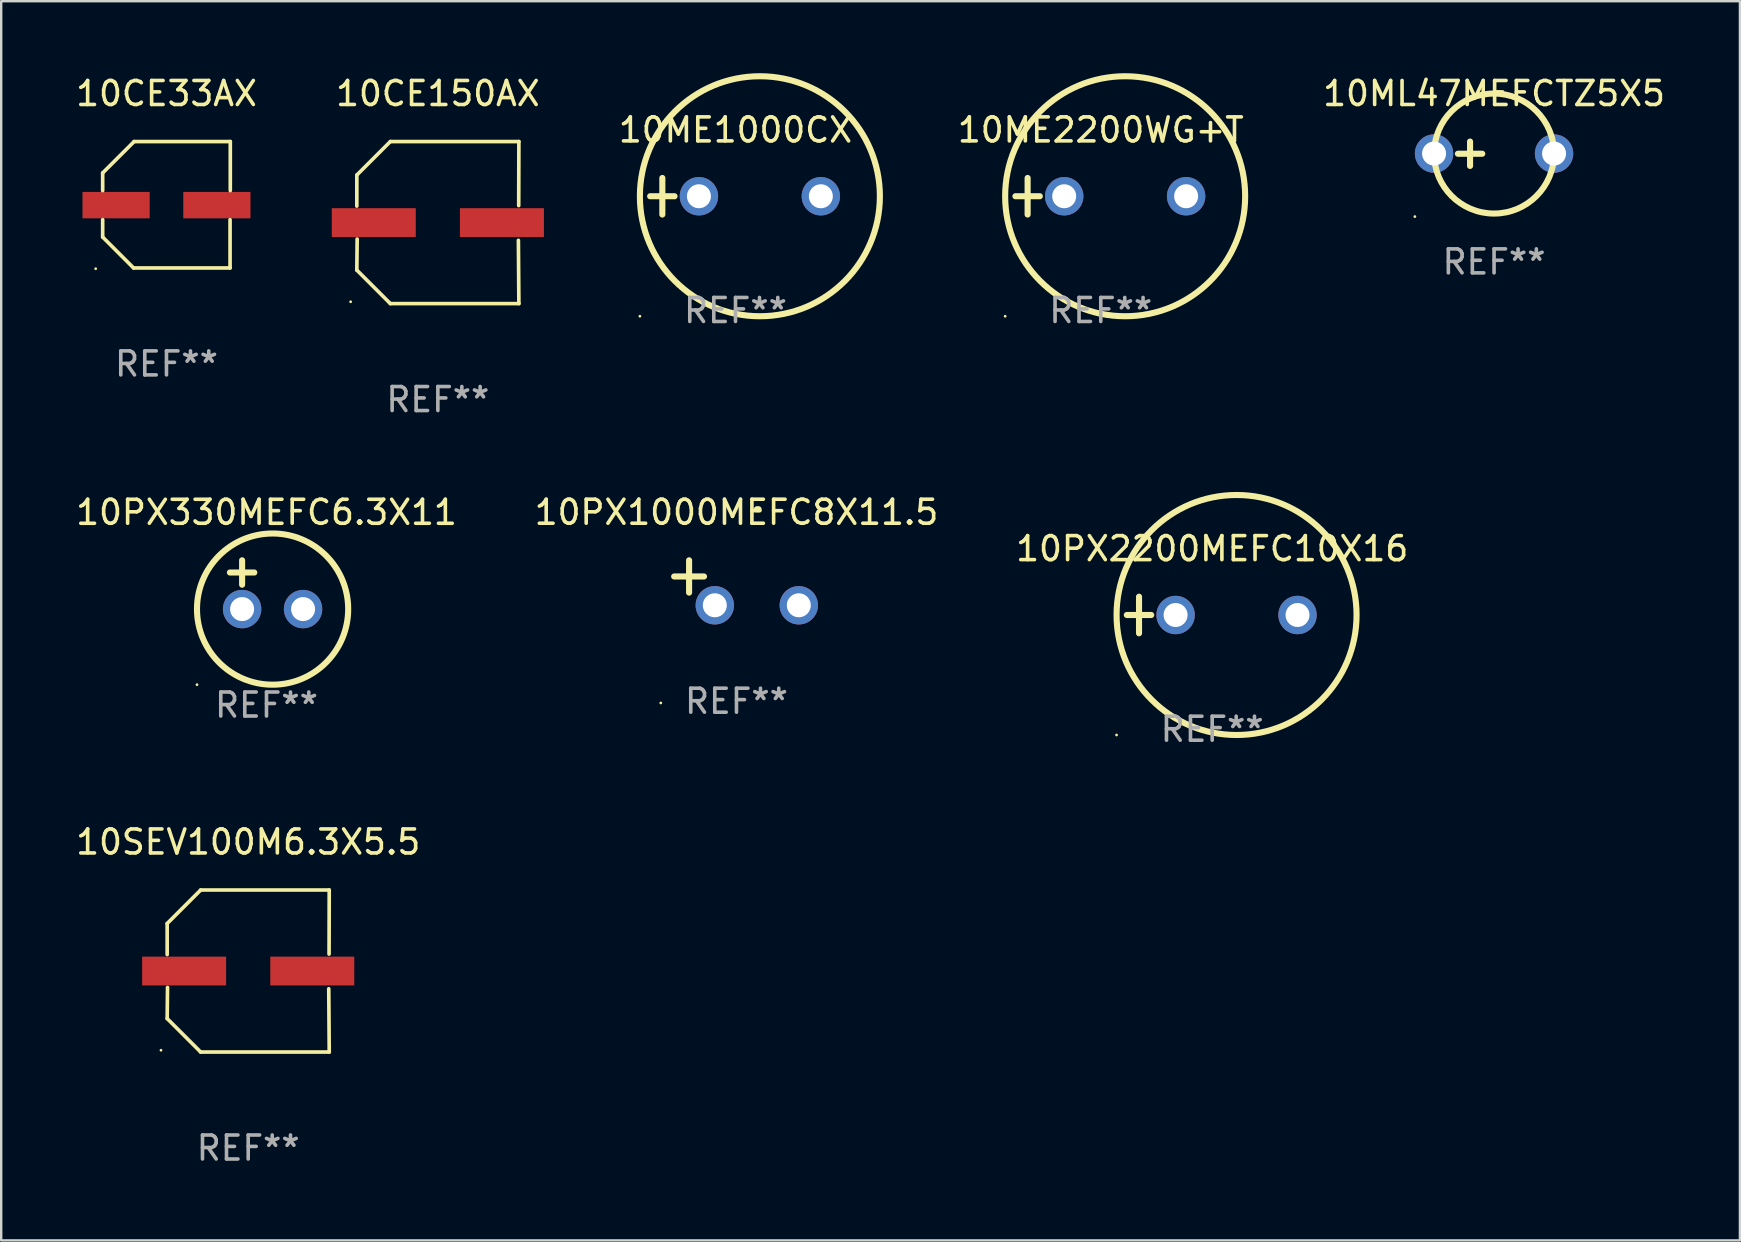
<source format=kicad_pcb>
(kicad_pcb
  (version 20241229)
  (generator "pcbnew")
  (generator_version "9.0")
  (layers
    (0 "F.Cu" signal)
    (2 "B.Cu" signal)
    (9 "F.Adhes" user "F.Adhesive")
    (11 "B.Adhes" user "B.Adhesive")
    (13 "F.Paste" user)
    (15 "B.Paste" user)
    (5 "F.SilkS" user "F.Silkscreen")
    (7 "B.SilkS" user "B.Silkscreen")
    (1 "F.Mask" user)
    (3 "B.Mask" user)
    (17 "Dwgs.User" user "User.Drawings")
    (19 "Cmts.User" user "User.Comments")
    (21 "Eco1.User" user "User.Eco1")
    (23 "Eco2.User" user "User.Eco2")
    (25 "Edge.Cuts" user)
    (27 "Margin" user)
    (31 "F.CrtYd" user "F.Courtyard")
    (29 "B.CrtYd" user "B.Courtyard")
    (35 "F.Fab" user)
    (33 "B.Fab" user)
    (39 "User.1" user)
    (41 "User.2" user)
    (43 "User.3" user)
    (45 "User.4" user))
  (footprint "10ME1000CX"
    (layer "F.Cu")
    (at 27.596 5.127)
    (property "Reference" "10ME1000CX" (at 0 -2.762 0) (layer "F.SilkS") (effects (font (size 1 1) (thickness 0.15))))
    (attr through_hole)
    (fp_line (start -3.556 0) (end -2.54 0) (stroke (width 0.254) (type solid)) (layer "F.SilkS"))
    (fp_line (start -3.048 -0.762) (end -3.048 0.762) (stroke (width 0.254) (type solid)) (layer "F.SilkS"))
    (fp_circle (center -3.984 5) (end -3.954 5) (stroke (width 0.06) (type solid)) (fill no) (layer "F.SilkS"))
    (fp_circle (center 1.016 0) (end 6.016 0) (stroke (width 0.254) (type solid)) (fill no) (layer "F.SilkS"))
    (fp_text user "REF**" (at 0 4.762 0) (layer "F.Fab") (effects (font (size 1 1) (thickness 0.15))))
    (pad "1" thru_hole circle (at -1.524 0) (size 1.6 1.6) (drill 1) (layers "*.Cu" "*.Mask"))
    (pad "2" thru_hole circle (at 3.556 0) (size 1.6 1.6) (drill 1) (layers "*.Cu" "*.Mask")))
  (footprint "10CE150AX"
    (layer "F.Cu")
    (at 15.194 6.224)
    (property "Reference" "10CE150AX" (at 0 -5.376 0) (layer "F.SilkS") (effects (font (size 1 1) (thickness 0.15))))
    (attr through_hole)
    (fp_line (start -3.376 -1.98) (end -3.376 -0.686) (stroke (width 0.152) (type solid)) (layer "F.SilkS"))
    (fp_line (start -3.376 1.981) (end -3.362 0.686) (stroke (width 0.152) (type solid)) (layer "F.SilkS"))
    (fp_line (start -1.981 3.376) (end -3.376 1.981) (stroke (width 0.152) (type solid)) (layer "F.SilkS"))
    (fp_line (start -1.98 -3.376) (end -3.376 -1.98) (stroke (width 0.152) (type solid)) (layer "F.SilkS"))
    (fp_line (start 3.356 0.74) (end 3.376 3.376) (stroke (width 0.152) (type solid)) (layer "F.SilkS"))
    (fp_line (start 3.369 -0.707) (end 3.376 -3.376) (stroke (width 0.152) (type solid)) (layer "F.SilkS"))
    (fp_line (start 3.376 3.376) (end -1.981 3.376) (stroke (width 0.152) (type solid)) (layer "F.SilkS"))
    (fp_line (start 3.376 -3.376) (end -1.98 -3.376) (stroke (width 0.152) (type solid)) (layer "F.SilkS"))
    (fp_circle (center -3.634 3.3) (end -3.604 3.3) (stroke (width 0.06) (type solid)) (fill no) (layer "F.SilkS"))
    (fp_text user "REF**" (at 0 7.376 0) (layer "F.Fab") (effects (font (size 1 1) (thickness 0.15))))
    (pad "1" smd rect (at -2.67 0.000254) (size 3.5 1.2) (layers "F.Cu" "F.Mask" "F.Paste"))
    (pad "2" smd rect (at 2.67 0.000254) (size 3.5 1.2) (layers "F.Cu" "F.Mask" "F.Paste")))
  (footprint "10PX330MEFC6.3X11"
    (layer "F.Cu")
    (at 8.054 21.313)
    (property "Reference" "10PX330MEFC6.3X11" (at 0 -3.016 0) (layer "F.SilkS") (effects (font (size 1 1) (thickness 0.15))))
    (attr through_hole)
    (fp_line (start -1.524 -0.508) (end -0.508 -0.508) (stroke (width 0.254) (type solid)) (layer "F.SilkS"))
    (fp_line (start -1.016 -1.016) (end -1.016 0) (stroke (width 0.254) (type solid)) (layer "F.SilkS"))
    (fp_circle (center -2.896 4.166) (end -2.866 4.166) (stroke (width 0.06) (type solid)) (fill no) (layer "F.SilkS"))
    (fp_circle (center 0.254 1.016) (end 3.404 1.016) (stroke (width 0.254) (type solid)) (fill no) (layer "F.SilkS"))
    (fp_text user "REF**" (at 0 5.016 0) (layer "F.Fab") (effects (font (size 1 1) (thickness 0.15))))
    (pad "1" thru_hole circle (at -1.016 1.016) (size 1.6 1.6) (drill 1) (layers "*.Cu" "*.Mask"))
    (pad "2" thru_hole circle (at 1.524 1.016) (size 1.6 1.6) (drill 1) (layers "*.Cu" "*.Mask")))
  (footprint "10ML47MEFCTZ5X5"
    (layer "F.Cu")
    (at 59.203 3.356)
    (property "Reference" "10ML47MEFCTZ5X5" (at 0 -2.508 0) (layer "F.SilkS") (effects (font (size 1 1) (thickness 0.15))))
    (attr through_hole)
    (fp_line (start -1.508 0) (end -0.492 0) (stroke (width 0.254) (type solid)) (layer "F.SilkS"))
    (fp_line (start -1 -0.508) (end -1 0.508) (stroke (width 0.254) (type solid)) (layer "F.SilkS"))
    (fp_circle (center -3.3 2.619) (end -3.27 2.619) (stroke (width 0.06) (type solid)) (fill no) (layer "F.SilkS"))
    (fp_circle (center -0.000127 -0.008) (end 2.5 -0.008) (stroke (width 0.254) (type solid)) (fill no) (layer "F.SilkS"))
    (fp_text user "REF**" (at 0 4.508 0) (layer "F.Fab") (effects (font (size 1 1) (thickness 0.15))))
    (pad "1" thru_hole circle (at -2.5 -0.008) (size 1.6 1.6) (drill 1) (layers "*.Cu" "*.Mask"))
    (pad "2" thru_hole circle (at 2.5 -0.008) (size 1.6 1.6) (drill 1) (layers "*.Cu" "*.Mask")))
  (footprint "10CE33AX"
    (layer "F.Cu")
    (at 3.887 5.482)
    (property "Reference" "10CE33AX" (at 0 -4.634 0) (layer "F.SilkS") (effects (font (size 1 1) (thickness 0.15))))
    (attr through_hole)
    (fp_line (start -2.659 -1.326) (end -2.659 -0.592) (stroke (width 0.152) (type solid)) (layer "F.SilkS"))
    (fp_line (start -2.659 1.346) (end -2.659 0.622) (stroke (width 0.152) (type solid)) (layer "F.SilkS"))
    (fp_line (start -1.372 2.634) (end -2.659 1.346) (stroke (width 0.152) (type solid)) (layer "F.SilkS"))
    (fp_line (start -1.349 -2.634) (end -2.659 -1.326) (stroke (width 0.152) (type solid)) (layer "F.SilkS"))
    (fp_line (start 2.649 0.622) (end 2.649 2.634) (stroke (width 0.152) (type solid)) (layer "F.SilkS"))
    (fp_line (start 2.649 2.634) (end -1.372 2.634) (stroke (width 0.152) (type solid)) (layer "F.SilkS"))
    (fp_line (start 2.659 -2.634) (end -1.349 -2.634) (stroke (width 0.152) (type solid)) (layer "F.SilkS"))
    (fp_line (start 2.659 -0.592) (end 2.659 -2.634) (stroke (width 0.152) (type solid)) (layer "F.SilkS"))
    (fp_circle (center -2.95 2.665) (end -2.92 2.665) (stroke (width 0.06) (type solid)) (fill no) (layer "F.SilkS"))
    (fp_text user "REF**" (at 0 6.634 0) (layer "F.Fab") (effects (font (size 1 1) (thickness 0.15))))
    (pad "1" smd rect (at -2.1 0.015) (size 2.8 1.1) (layers "F.Cu" "F.Mask" "F.Paste"))
    (pad "2" smd rect (at 2.1 0.015) (size 2.8 1.1) (layers "F.Cu" "F.Mask" "F.Paste")))
  (footprint "10ME2200WG+T"
    (layer "F.Cu")
    (at 42.816 5.127)
    (property "Reference" "10ME2200WG+T" (at 0 -2.762 0) (layer "F.SilkS") (effects (font (size 1 1) (thickness 0.15))))
    (attr through_hole)
    (fp_line (start -3.556 0) (end -2.54 0) (stroke (width 0.254) (type solid)) (layer "F.SilkS"))
    (fp_line (start -3.048 -0.762) (end -3.048 0.762) (stroke (width 0.254) (type solid)) (layer "F.SilkS"))
    (fp_circle (center -3.984 5) (end -3.954 5) (stroke (width 0.06) (type solid)) (fill no) (layer "F.SilkS"))
    (fp_circle (center 1.016 0) (end 6.016 0) (stroke (width 0.254) (type solid)) (fill no) (layer "F.SilkS"))
    (fp_text user "REF**" (at 0 4.762 0) (layer "F.Fab") (effects (font (size 1 1) (thickness 0.15))))
    (pad "1" thru_hole circle (at -1.524 0) (size 1.6 1.6) (drill 1) (layers "*.Cu" "*.Mask"))
    (pad "2" thru_hole circle (at 3.556 0) (size 1.6 1.6) (drill 1) (layers "*.Cu" "*.Mask")))
  (footprint "10SEV100M6.3X5.5"
    (layer "F.Cu")
    (at 7.292 37.41)
    (property "Reference" "10SEV100M6.3X5.5" (at 0 -5.376 0) (layer "F.SilkS") (effects (font (size 1 1) (thickness 0.15))))
    (attr through_hole)
    (fp_line (start -3.376 -1.98) (end -3.376 -0.686) (stroke (width 0.152) (type solid)) (layer "F.SilkS"))
    (fp_line (start -3.376 1.981) (end -3.362 0.686) (stroke (width 0.152) (type solid)) (layer "F.SilkS"))
    (fp_line (start -1.981 3.376) (end -3.376 1.981) (stroke (width 0.152) (type solid)) (layer "F.SilkS"))
    (fp_line (start -1.98 -3.376) (end -3.376 -1.98) (stroke (width 0.152) (type solid)) (layer "F.SilkS"))
    (fp_line (start 3.356 0.74) (end 3.376 3.376) (stroke (width 0.152) (type solid)) (layer "F.SilkS"))
    (fp_line (start 3.369 -0.707) (end 3.376 -3.376) (stroke (width 0.152) (type solid)) (layer "F.SilkS"))
    (fp_line (start 3.376 3.376) (end -1.981 3.376) (stroke (width 0.152) (type solid)) (layer "F.SilkS"))
    (fp_line (start 3.376 -3.376) (end -1.98 -3.376) (stroke (width 0.152) (type solid)) (layer "F.SilkS"))
    (fp_circle (center -3.634 3.3) (end -3.604 3.3) (stroke (width 0.06) (type solid)) (fill no) (layer "F.SilkS"))
    (fp_text user "REF**" (at 0 7.376 0) (layer "F.Fab") (effects (font (size 1 1) (thickness 0.15))))
    (pad "1" smd rect (at -2.67 0.000254) (size 3.5 1.2) (layers "F.Cu" "F.Mask" "F.Paste"))
    (pad "2" smd rect (at 2.67 0.000254) (size 3.5 1.2) (layers "F.Cu" "F.Mask" "F.Paste")))
  (footprint "10PX1000MEFC8X11.5"
    (layer "F.Cu")
    (at 27.637 21.233)
    (property "Reference" "10PX1000MEFC8X11.5" (at 0 -2.937 0) (layer "F.SilkS") (effects (font (size 1 1) (thickness 0.15))))
    (attr through_hole)
    (fp_line (start -1.975 0.41) (end -1.975 -0.937) (stroke (width 0.254) (type solid)) (layer "F.SilkS"))
    (fp_line (start -1.353 -0.263) (end -2.597 -0.263) (stroke (width 0.254) (type solid)) (layer "F.SilkS"))
    (fp_arc (start 0.849809 -3.063957) (mid 0.885369 -3.064114) (end 0.920929 -3.063957) (stroke (width 0.254001) (type solid)) (layer "F.SilkS"))
    (fp_circle (center -3.154 5.008) (end -3.124 5.008) (stroke (width 0.06) (type solid)) (fill no) (layer "F.SilkS"))
    (fp_text user "REF**" (at 0 4.937 0) (layer "F.Fab") (effects (font (size 1 1) (thickness 0.15))))
    (pad "1" thru_hole circle (at -0.903 0.937) (size 1.6 1.6) (drill 1) (layers "*.Cu" "*.Mask"))
    (pad "2" thru_hole circle (at 2.597 0.937) (size 1.6 1.6) (drill 1) (layers "*.Cu" "*.Mask")))
  (footprint "10PX2200MEFC10X16"
    (layer "F.Cu")
    (at 47.458 22.575)
    (property "Reference" "10PX2200MEFC10X16" (at 0 -2.762 0) (layer "F.SilkS") (effects (font (size 1 1) (thickness 0.15))))
    (attr through_hole)
    (fp_line (start -3.556 0) (end -2.54 0) (stroke (width 0.254) (type solid)) (layer "F.SilkS"))
    (fp_line (start -3.048 -0.762) (end -3.048 0.762) (stroke (width 0.254) (type solid)) (layer "F.SilkS"))
    (fp_circle (center -3.984 5) (end -3.954 5) (stroke (width 0.06) (type solid)) (fill no) (layer "F.SilkS"))
    (fp_circle (center 1.016 0) (end 6.016 0) (stroke (width 0.254) (type solid)) (fill no) (layer "F.SilkS"))
    (fp_text user "REF**" (at 0 4.762 0) (layer "F.Fab") (effects (font (size 1 1) (thickness 0.15))))
    (pad "1" thru_hole circle (at -1.524 0) (size 1.6 1.6) (drill 1) (layers "*.Cu" "*.Mask"))
    (pad "2" thru_hole circle (at 3.556 0) (size 1.6 1.6) (drill 1) (layers "*.Cu" "*.Mask")))
  (gr_rect
    (start -3 -3)
    (end 69.448 48.634)
    (stroke (width 0.1) (type default))
    (fill no)
    (layer "Edge.Cuts")))
</source>
